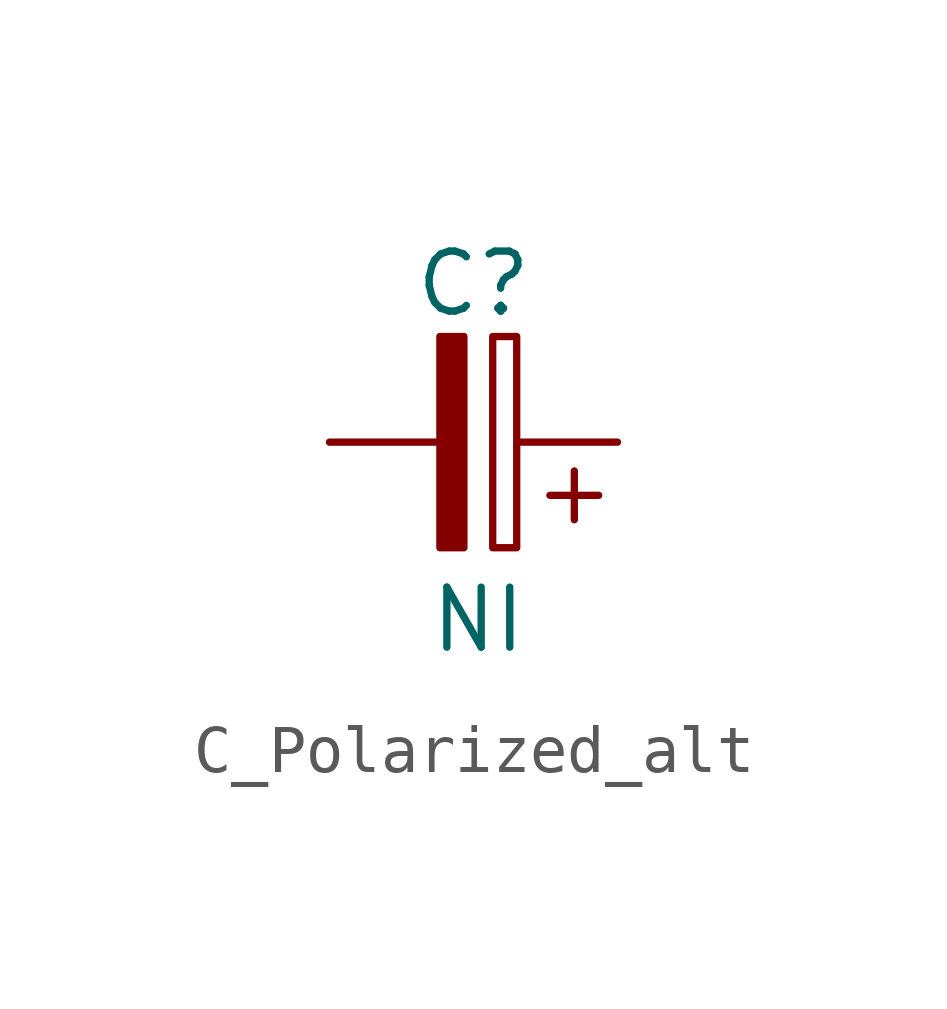
<source format=kicad_sym>
(kicad_symbol_lib
  (version 20241209)
  (generator "kicad_symbol_editor")
  (generator_version "9.0")
  (symbol "C_Polarized_alt"
    (pin_numbers
      (hide yes))
    (pin_names
      (offset 0)
      (hide yes))
    (property "Reference" "C"
      (at 3 3.3 0)
      (do_not_autoplace)
      (effects (font (size 1.25 1.25))))
    (property "Value" "NI"
      (at 3.1 -3.7 0)
      (do_not_autoplace)
      (effects (font (size 1.25 1.25))))
    (symbol "C_Polarized_alt_0_1"
      (rectangle (start 2.3 2.2) (end 2.8 -2.2) (stroke (width 0) (type default)) (fill (type outline)))
      (rectangle (start 3.4 2.2) (end 3.9 -2.2) (stroke (width 0) (type default)) (fill (type none)))
      (polyline (pts (xy 5.1 -0.6) (xy 5.1 -1.616)) (stroke (width 0) (type default)) (fill (type none)))
      (polyline (pts (xy 5.608 -1.108) (xy 4.592 -1.108)) (stroke (width 0) (type default)) (fill (type none))))
    (symbol "C_Polarized_alt_1_1"
      (pin passive line (at 0 0 0) (length 2.2) (name "N" (effects (font (size 1.25 1.25)))) (number "N" (effects (font (size 1.25 1.25)))))
      (pin passive line (at 6 0 180) (length 2) (name "P" (effects (font (size 1.25 1.25)))) (number "P" (effects (font (size 1.25 1.25))))))))
</source>
